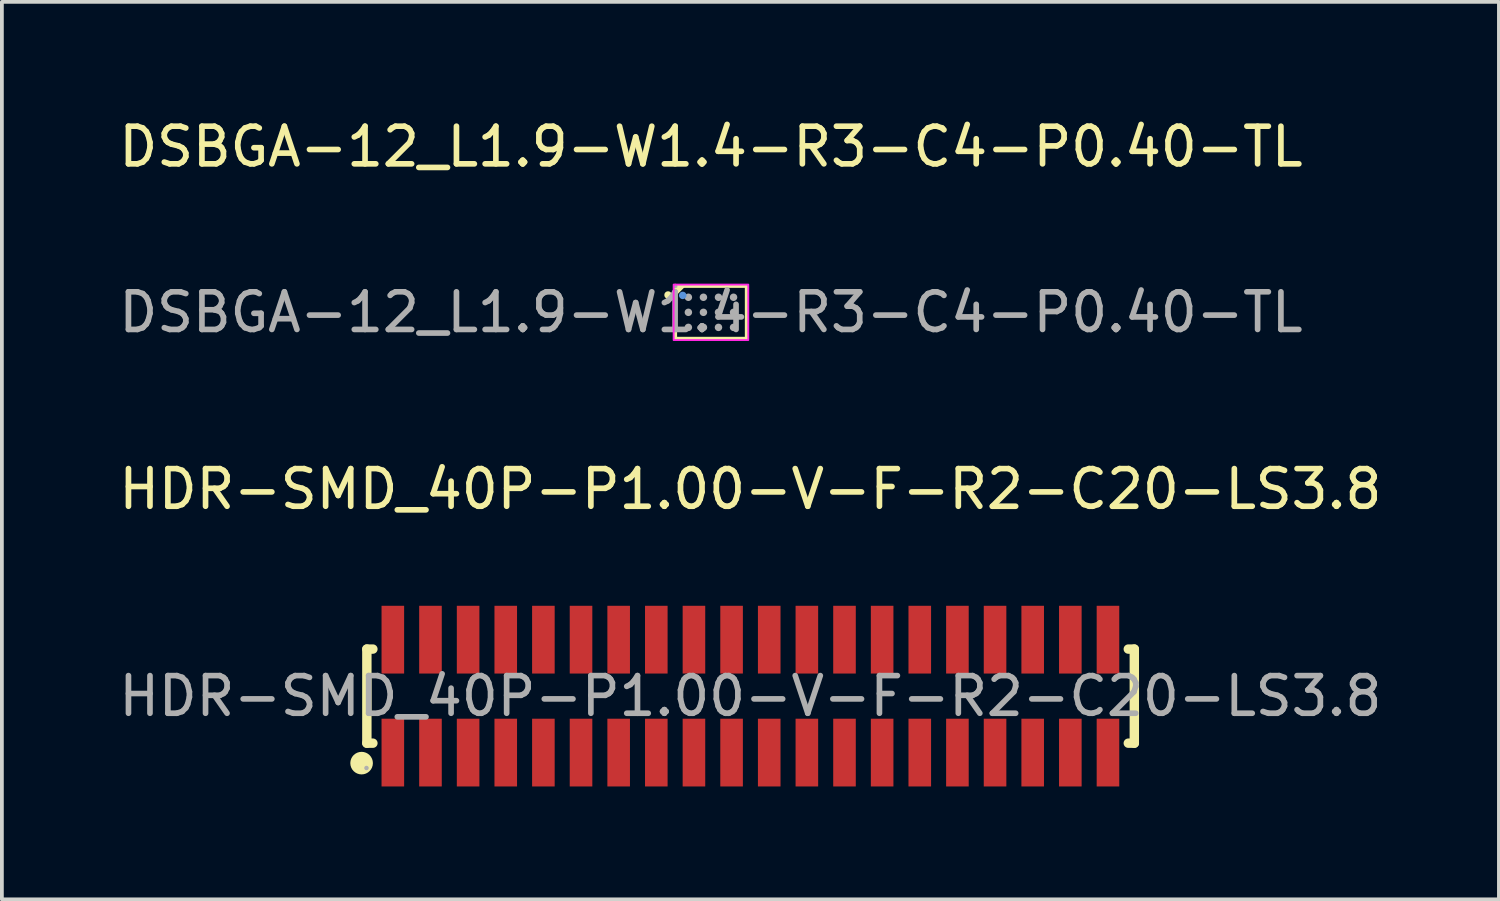
<source format=kicad_pcb>
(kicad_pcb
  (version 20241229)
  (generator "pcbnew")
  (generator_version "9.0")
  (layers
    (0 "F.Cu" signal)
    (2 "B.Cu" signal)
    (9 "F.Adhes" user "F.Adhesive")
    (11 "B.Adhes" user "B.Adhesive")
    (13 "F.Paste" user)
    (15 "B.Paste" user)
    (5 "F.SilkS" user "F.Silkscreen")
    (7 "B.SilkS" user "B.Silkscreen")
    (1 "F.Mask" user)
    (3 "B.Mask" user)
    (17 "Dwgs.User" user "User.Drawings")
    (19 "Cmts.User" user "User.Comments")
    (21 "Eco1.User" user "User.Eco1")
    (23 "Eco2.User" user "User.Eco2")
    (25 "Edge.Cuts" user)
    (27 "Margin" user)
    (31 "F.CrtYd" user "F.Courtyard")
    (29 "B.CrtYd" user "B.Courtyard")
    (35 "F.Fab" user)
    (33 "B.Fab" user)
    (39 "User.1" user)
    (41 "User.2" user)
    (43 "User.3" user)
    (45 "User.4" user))
  (footprint "DSBGA-12_L1.9-W1.4-R3-C4-P0.40-TL"
    (layer "F.Cu")
    (at 15.839 5.248)
    (property "Reference" "DSBGA-12_L1.9-W1.4-R3-C4-P0.40-TL" (at 0 -4.4 0) (layer "F.SilkS") (effects (font (size 1 1) (thickness 0.15))))
    (attr smd)
    (fp_line (start -0.95 -0.54) (end -0.79 -0.7) (stroke (width 0.1) (type solid)) (layer "F.SilkS"))
    (fp_line (start -0.95 -0.49) (end -0.74 -0.7) (stroke (width 0.1) (type solid)) (layer "F.SilkS"))
    (fp_line (start -0.95 -0.48) (end -0.95 -0.54) (stroke (width 0.1) (type solid)) (layer "F.SilkS"))
    (fp_line (start -0.95 -0.48) (end -0.95 -0.49) (stroke (width 0.1) (type solid)) (layer "F.SilkS"))
    (fp_line (start -0.95 0.7) (end -0.95 -0.7) (stroke (width 0.1) (type solid)) (layer "F.SilkS"))
    (fp_line (start 0.95 -0.7) (end -0.94 -0.7) (stroke (width 0.1) (type solid)) (layer "F.SilkS"))
    (fp_line (start 0.95 -0.7) (end 0.95 0.7) (stroke (width 0.1) (type solid)) (layer "F.SilkS"))
    (fp_line (start 0.95 0.7) (end -0.95 0.7) (stroke (width 0.1) (type solid)) (layer "F.SilkS"))
    (fp_circle (center -1.14 -0.46) (end -1.09 -0.46) (stroke (width 0.1) (type solid)) (fill no) (layer "F.SilkS"))
    (fp_circle (center -0.75 -0.45) (end -0.7 -0.45) (stroke (width 0.1) (type solid)) (fill no) (layer "Cmts.User"))
    (fp_rect (start -0.991 -0.737) (end 0.991 0.737) (stroke (width 0.05) (type default)) (fill no) (layer "F.CrtYd"))
    (fp_circle (center -0.95 -0.7) (end -0.92 -0.7) (stroke (width 0.06) (type solid)) (fill no) (layer "F.Fab"))
    (fp_circle (center -0.6 -0.4) (end -0.55 -0.4) (stroke (width 0.1) (type solid)) (fill no) (layer "F.Fab"))
    (fp_circle (center -0.6 0) (end -0.55 0) (stroke (width 0.1) (type solid)) (fill no) (layer "F.Fab"))
    (fp_circle (center -0.6 0.4) (end -0.55 0.4) (stroke (width 0.1) (type solid)) (fill no) (layer "F.Fab"))
    (fp_circle (center -0.2 -0.4) (end -0.15 -0.4) (stroke (width 0.1) (type solid)) (fill no) (layer "F.Fab"))
    (fp_circle (center -0.2 0) (end -0.15 0) (stroke (width 0.1) (type solid)) (fill no) (layer "F.Fab"))
    (fp_circle (center -0.2 0.4) (end -0.15 0.4) (stroke (width 0.1) (type solid)) (fill no) (layer "F.Fab"))
    (fp_circle (center 0.2 -0.4) (end 0.25 -0.4) (stroke (width 0.1) (type solid)) (fill no) (layer "F.Fab"))
    (fp_circle (center 0.2 0) (end 0.25 0) (stroke (width 0.1) (type solid)) (fill no) (layer "F.Fab"))
    (fp_circle (center 0.2 0.4) (end 0.25 0.4) (stroke (width 0.1) (type solid)) (fill no) (layer "F.Fab"))
    (fp_circle (center 0.6 -0.4) (end 0.65 -0.4) (stroke (width 0.1) (type solid)) (fill no) (layer "F.Fab"))
    (fp_circle (center 0.6 0) (end 0.65 0) (stroke (width 0.1) (type solid)) (fill no) (layer "F.Fab"))
    (fp_circle (center 0.6 0.4) (end 0.65 0.4) (stroke (width 0.1) (type solid)) (fill no) (layer "F.Fab"))
    (fp_text user "${REFERENCE}" (at 0 0 0) (layer "F.Fab") (effects (font (size 1 1) (thickness 0.15))))
    (pad "A1" smd circle (at -0.6 -0.4) (size 0.16 0.16) (layers "F.Cu" "F.Mask" "F.Paste"))
    (pad "A2" smd circle (at -0.2 -0.4) (size 0.16 0.16) (layers "F.Cu" "F.Mask" "F.Paste"))
    (pad "A3" smd circle (at 0.2 -0.4) (size 0.16 0.16) (layers "F.Cu" "F.Mask" "F.Paste"))
    (pad "A4" smd circle (at 0.6 -0.4) (size 0.16 0.16) (layers "F.Cu" "F.Mask" "F.Paste"))
    (pad "B1" smd circle (at -0.6 0) (size 0.16 0.16) (layers "F.Cu" "F.Mask" "F.Paste"))
    (pad "B2" smd circle (at -0.2 0) (size 0.16 0.16) (layers "F.Cu" "F.Mask" "F.Paste"))
    (pad "B3" smd circle (at 0.2 0) (size 0.16 0.16) (layers "F.Cu" "F.Mask" "F.Paste"))
    (pad "B4" smd circle (at 0.6 0) (size 0.16 0.16) (layers "F.Cu" "F.Mask" "F.Paste"))
    (pad "C1" smd circle (at -0.6 0.4) (size 0.16 0.16) (layers "F.Cu" "F.Mask" "F.Paste"))
    (pad "C2" smd circle (at -0.2 0.4) (size 0.16 0.16) (layers "F.Cu" "F.Mask" "F.Paste"))
    (pad "C3" smd circle (at 0.2 0.4) (size 0.16 0.16) (layers "F.Cu" "F.Mask" "F.Paste"))
    (pad "C4" smd circle (at 0.6 0.4) (size 0.16 0.16) (layers "F.Cu" "F.Mask" "F.Paste")))
  (footprint "HDR-SMD_40P-P1.00-V-F-R2-C20-LS3.8"
    (layer "F.Cu")
    (at 16.887 15.445)
    (property "Reference" "HDR-SMD_40P-P1.00-V-F-R2-C20-LS3.8" (at 0 -5.5 0) (layer "F.SilkS") (effects (font (size 1 1) (thickness 0.15))))
    (attr smd)
    (fp_line (start -10.19 -1.25) (end -10.03 -1.25) (stroke (width 0.25) (type solid)) (layer "F.SilkS"))
    (fp_line (start -10.19 1.25) (end -10.19 -1.25) (stroke (width 0.25) (type solid)) (layer "F.SilkS"))
    (fp_line (start -10.03 1.25) (end -10.19 1.25) (stroke (width 0.25) (type solid)) (layer "F.SilkS"))
    (fp_line (start 10.04 -1.25) (end 10.2 -1.25) (stroke (width 0.25) (type solid)) (layer "F.SilkS"))
    (fp_line (start 10.2 -1.25) (end 10.2 1.25) (stroke (width 0.25) (type solid)) (layer "F.SilkS"))
    (fp_line (start 10.2 1.25) (end 10.04 1.25) (stroke (width 0.25) (type solid)) (layer "F.SilkS"))
    (fp_circle (center -10.33 1.78) (end -10.18 1.78) (stroke (width 0.3) (type solid)) (fill no) (layer "F.SilkS"))
    (fp_circle (center -10.2 1.91) (end -10.17 1.91) (stroke (width 0.06) (type solid)) (fill no) (layer "F.Fab"))
    (fp_text user "${REFERENCE}" (at 0 0 0) (layer "F.Fab") (effects (font (size 1 1) (thickness 0.15))))
    (pad "1" smd rect (at -9.5 1.5) (size 0.6 1.8) (layers "F.Cu" "F.Mask" "F.Paste"))
    (pad "2" smd rect (at -9.5 -1.5) (size 0.6 1.8) (layers "F.Cu" "F.Mask" "F.Paste"))
    (pad "3" smd rect (at -8.5 1.5) (size 0.6 1.8) (layers "F.Cu" "F.Mask" "F.Paste"))
    (pad "4" smd rect (at -8.5 -1.5) (size 0.6 1.8) (layers "F.Cu" "F.Mask" "F.Paste"))
    (pad "5" smd rect (at -7.5 1.5) (size 0.6 1.8) (layers "F.Cu" "F.Mask" "F.Paste"))
    (pad "6" smd rect (at -7.5 -1.5) (size 0.6 1.8) (layers "F.Cu" "F.Mask" "F.Paste"))
    (pad "7" smd rect (at -6.5 1.5) (size 0.6 1.8) (layers "F.Cu" "F.Mask" "F.Paste"))
    (pad "8" smd rect (at -6.5 -1.5) (size 0.6 1.8) (layers "F.Cu" "F.Mask" "F.Paste"))
    (pad "9" smd rect (at -5.5 1.5) (size 0.6 1.8) (layers "F.Cu" "F.Mask" "F.Paste"))
    (pad "10" smd rect (at -5.5 -1.5) (size 0.6 1.8) (layers "F.Cu" "F.Mask" "F.Paste"))
    (pad "11" smd rect (at -4.5 1.5) (size 0.6 1.8) (layers "F.Cu" "F.Mask" "F.Paste"))
    (pad "12" smd rect (at -4.5 -1.5) (size 0.6 1.8) (layers "F.Cu" "F.Mask" "F.Paste"))
    (pad "13" smd rect (at -3.5 1.5) (size 0.6 1.8) (layers "F.Cu" "F.Mask" "F.Paste"))
    (pad "14" smd rect (at -3.5 -1.5) (size 0.6 1.8) (layers "F.Cu" "F.Mask" "F.Paste"))
    (pad "15" smd rect (at -2.5 1.5) (size 0.6 1.8) (layers "F.Cu" "F.Mask" "F.Paste"))
    (pad "16" smd rect (at -2.5 -1.5) (size 0.6 1.8) (layers "F.Cu" "F.Mask" "F.Paste"))
    (pad "17" smd rect (at -1.5 1.5) (size 0.6 1.8) (layers "F.Cu" "F.Mask" "F.Paste"))
    (pad "18" smd rect (at -1.5 -1.5) (size 0.6 1.8) (layers "F.Cu" "F.Mask" "F.Paste"))
    (pad "19" smd rect (at -0.5 1.5) (size 0.6 1.8) (layers "F.Cu" "F.Mask" "F.Paste"))
    (pad "20" smd rect (at -0.5 -1.5) (size 0.6 1.8) (layers "F.Cu" "F.Mask" "F.Paste"))
    (pad "21" smd rect (at 0.5 1.5) (size 0.6 1.8) (layers "F.Cu" "F.Mask" "F.Paste"))
    (pad "22" smd rect (at 0.5 -1.5) (size 0.6 1.8) (layers "F.Cu" "F.Mask" "F.Paste"))
    (pad "23" smd rect (at 1.5 1.5) (size 0.6 1.8) (layers "F.Cu" "F.Mask" "F.Paste"))
    (pad "24" smd rect (at 1.5 -1.5) (size 0.6 1.8) (layers "F.Cu" "F.Mask" "F.Paste"))
    (pad "25" smd rect (at 2.5 1.5) (size 0.6 1.8) (layers "F.Cu" "F.Mask" "F.Paste"))
    (pad "26" smd rect (at 2.5 -1.5) (size 0.6 1.8) (layers "F.Cu" "F.Mask" "F.Paste"))
    (pad "27" smd rect (at 3.5 1.5) (size 0.6 1.8) (layers "F.Cu" "F.Mask" "F.Paste"))
    (pad "28" smd rect (at 3.5 -1.5) (size 0.6 1.8) (layers "F.Cu" "F.Mask" "F.Paste"))
    (pad "29" smd rect (at 4.5 1.5) (size 0.6 1.8) (layers "F.Cu" "F.Mask" "F.Paste"))
    (pad "30" smd rect (at 4.5 -1.5) (size 0.6 1.8) (layers "F.Cu" "F.Mask" "F.Paste"))
    (pad "31" smd rect (at 5.5 1.5) (size 0.6 1.8) (layers "F.Cu" "F.Mask" "F.Paste"))
    (pad "32" smd rect (at 5.5 -1.5) (size 0.6 1.8) (layers "F.Cu" "F.Mask" "F.Paste"))
    (pad "33" smd rect (at 6.5 1.5) (size 0.6 1.8) (layers "F.Cu" "F.Mask" "F.Paste"))
    (pad "34" smd rect (at 6.5 -1.5) (size 0.6 1.8) (layers "F.Cu" "F.Mask" "F.Paste"))
    (pad "35" smd rect (at 7.5 1.5) (size 0.6 1.8) (layers "F.Cu" "F.Mask" "F.Paste"))
    (pad "36" smd rect (at 7.5 -1.5) (size 0.6 1.8) (layers "F.Cu" "F.Mask" "F.Paste"))
    (pad "37" smd rect (at 8.5 1.5) (size 0.6 1.8) (layers "F.Cu" "F.Mask" "F.Paste"))
    (pad "38" smd rect (at 8.5 -1.5) (size 0.6 1.8) (layers "F.Cu" "F.Mask" "F.Paste"))
    (pad "39" smd rect (at 9.5 1.5) (size 0.6 1.8) (layers "F.Cu" "F.Mask" "F.Paste"))
    (pad "40" smd rect (at 9.5 -1.5) (size 0.6 1.8) (layers "F.Cu" "F.Mask" "F.Paste")))
  (gr_rect
    (start -3 -3)
    (end 36.774 20.845)
    (stroke (width 0.1) (type default))
    (fill no)
    (layer "Edge.Cuts")))
</source>
